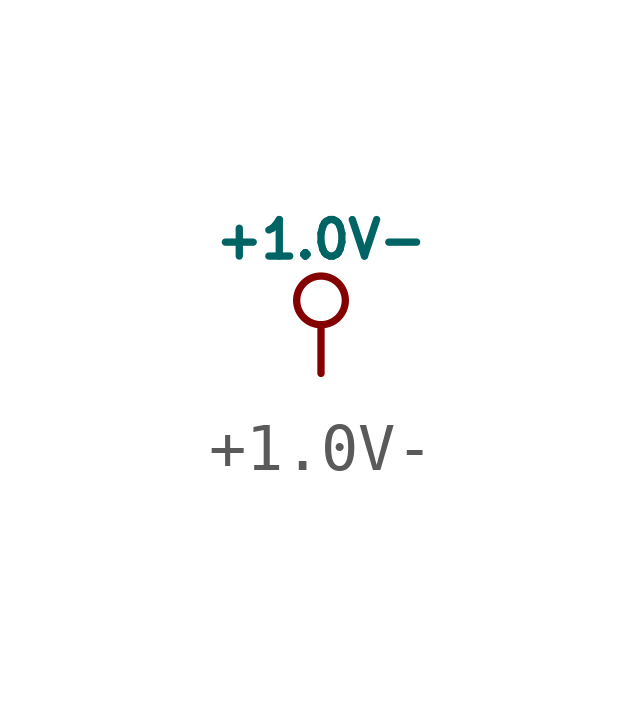
<source format=kicad_sym>
(kicad_symbol_lib
  (version 20231120)
  (generator "kicad_symbol_editor")
  (generator_version "8.0")
  (symbol "+1.0V-"
    (power)
    (pin_names
      (offset 0))
    (property "Reference" "#PWR"
      (at 0 -1.016 0)
      (effects (font (size 0.762 0.762)) (hide yes)))
    (property "Value" "+1.0V-"
      (at 0 2.794 0)
      (effects (font (size 0.762 0.762))))
    (symbol "+1.0V-_0_0"
      (pin power_in line (at 0 0 90) (length 0) hide (name "+1.0V" (effects (font (size 0.762 0.762)))) (number "1" (effects (font (size 0.762 0.762))))))
    (symbol "+1.0V-_0_1"
      (polyline (pts (xy 0 0) (xy 0 1.016) (xy 0 1.016)) (stroke (width 0) (type solid)) (fill (type none)))
      (circle (center 0 1.524) (radius 0.508) (stroke (width 0) (type solid)) (fill (type none))))))
</source>
